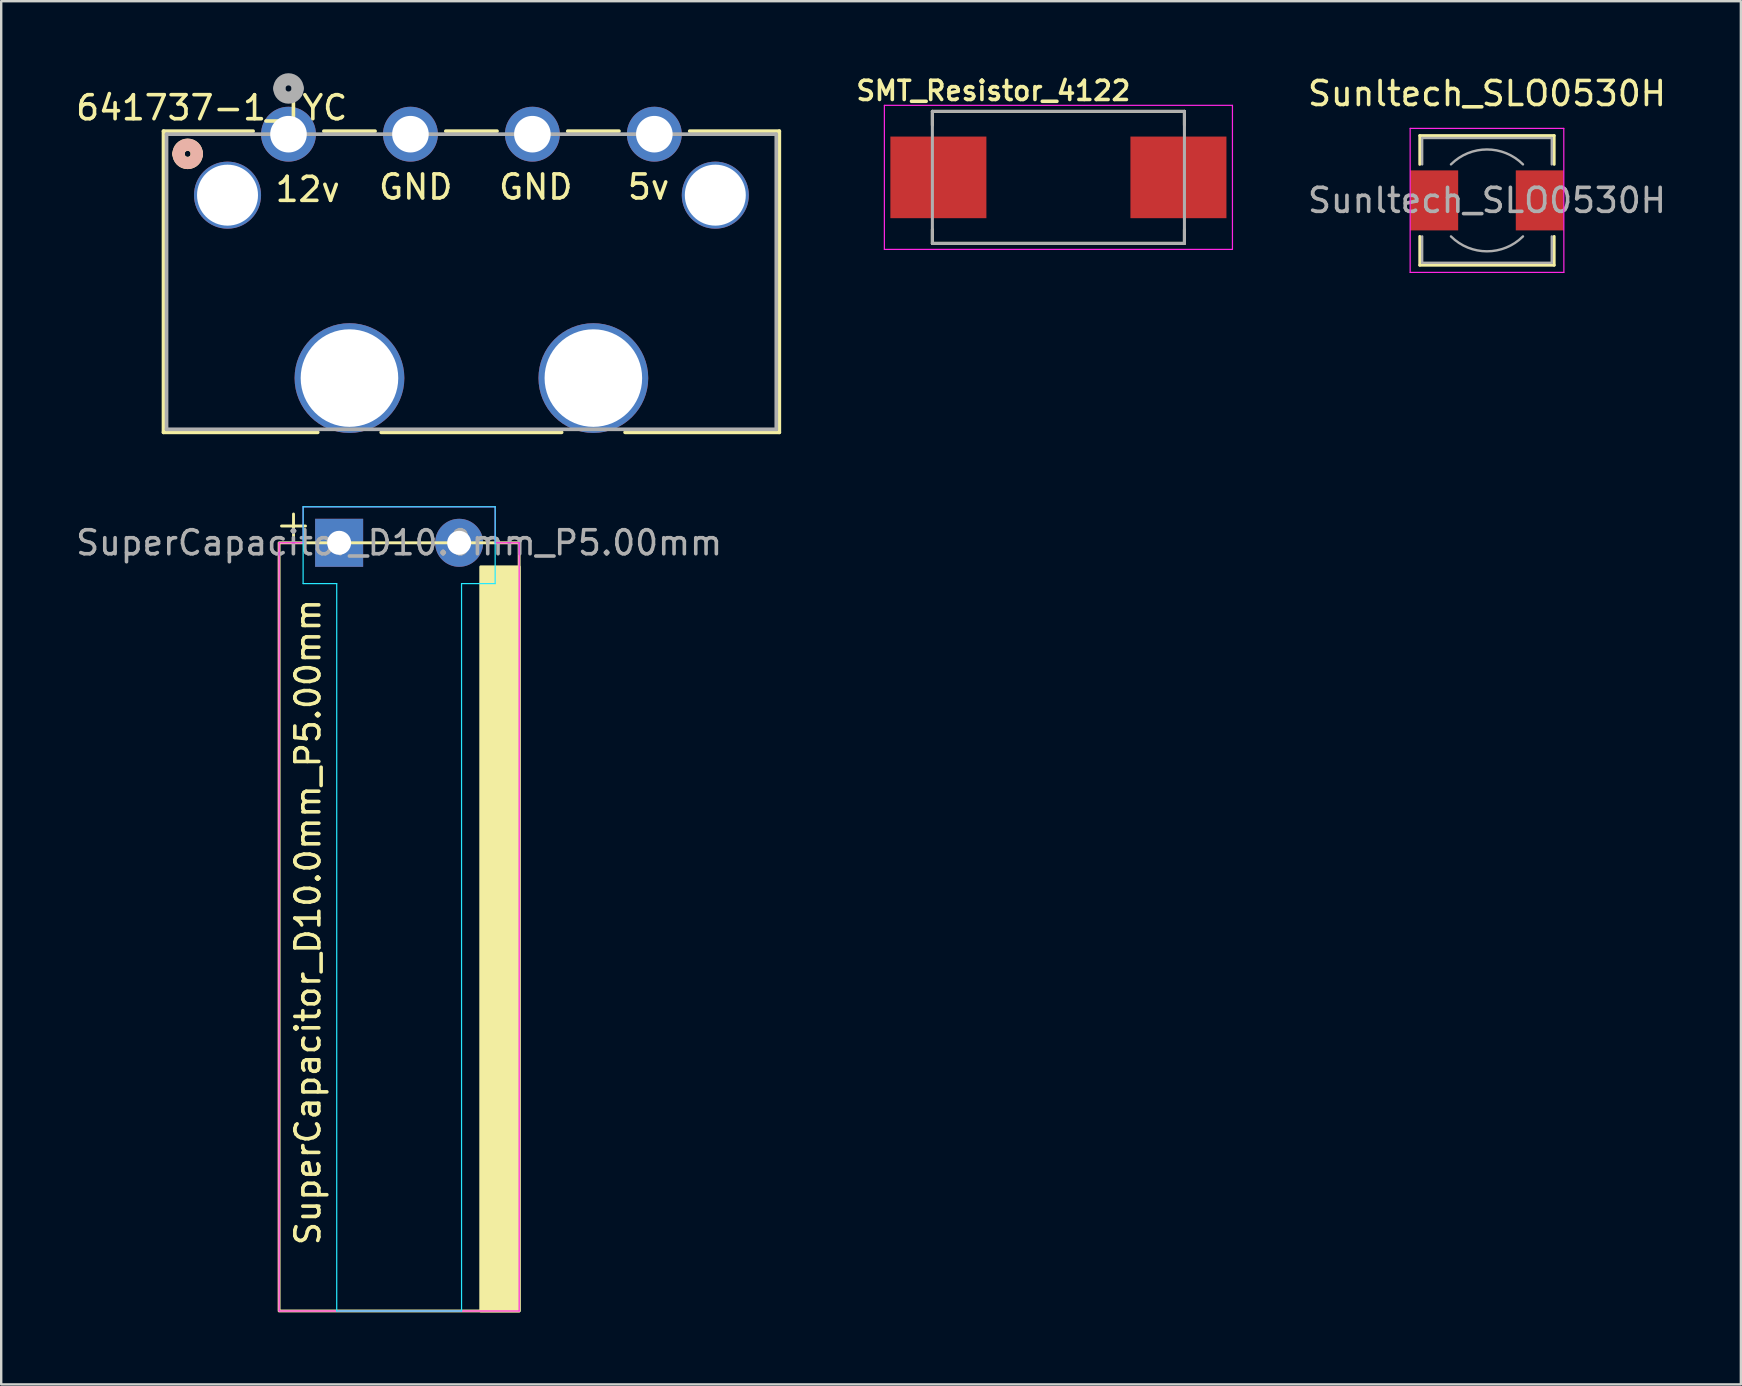
<source format=kicad_pcb>
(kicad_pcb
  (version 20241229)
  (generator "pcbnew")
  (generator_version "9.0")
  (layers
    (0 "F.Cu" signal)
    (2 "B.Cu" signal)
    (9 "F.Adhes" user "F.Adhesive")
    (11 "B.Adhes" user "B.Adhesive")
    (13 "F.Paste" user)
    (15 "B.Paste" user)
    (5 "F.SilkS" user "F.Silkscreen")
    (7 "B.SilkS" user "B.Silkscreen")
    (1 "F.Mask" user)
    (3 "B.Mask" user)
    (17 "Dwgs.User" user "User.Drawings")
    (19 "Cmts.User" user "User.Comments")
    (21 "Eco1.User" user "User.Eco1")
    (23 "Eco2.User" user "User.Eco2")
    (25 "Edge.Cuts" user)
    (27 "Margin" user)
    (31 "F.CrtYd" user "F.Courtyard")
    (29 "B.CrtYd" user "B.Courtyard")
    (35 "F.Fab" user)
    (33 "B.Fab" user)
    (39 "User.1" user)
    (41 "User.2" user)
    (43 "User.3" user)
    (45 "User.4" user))
  (footprint "SMT_Resistor_4122"
    (layer "F.Cu")
    (at 41.041 4.339)
    (property "Reference" "SMT_Resistor_4122" (at -2.71 -3.608 0) (layer "F.SilkS") (effects (font (size 0.8 0.8) (thickness 0.15))))
    (attr through_hole)
    (fp_line (start -5.25 -2.175) (end -5.25 -2.75) (stroke (width 0.127) (type solid)) (layer "F.SilkS"))
    (fp_line (start -5.25 2.75) (end -5.25 2.175) (stroke (width 0.127) (type solid)) (layer "F.SilkS"))
    (fp_line (start 5.25 -2.75) (end -5.25 -2.75) (stroke (width 0.127) (type solid)) (layer "F.SilkS"))
    (fp_line (start 5.25 -2.175) (end 5.25 -2.75) (stroke (width 0.127) (type solid)) (layer "F.SilkS"))
    (fp_line (start 5.25 2.75) (end -5.25 2.75) (stroke (width 0.127) (type solid)) (layer "F.SilkS"))
    (fp_line (start 5.25 2.75) (end 5.25 2.175) (stroke (width 0.127) (type solid)) (layer "F.SilkS"))
    (fp_line (start -7.25 -3) (end 7.25 -3) (stroke (width 0.05) (type solid)) (layer "F.CrtYd"))
    (fp_line (start -7.25 3) (end -7.25 -3) (stroke (width 0.05) (type solid)) (layer "F.CrtYd"))
    (fp_line (start -7.25 3) (end 7.25 3) (stroke (width 0.05) (type solid)) (layer "F.CrtYd"))
    (fp_line (start 7.25 3) (end 7.25 -3) (stroke (width 0.05) (type solid)) (layer "F.CrtYd"))
    (fp_line (start -5.25 2.75) (end -5.25 -2.75) (stroke (width 0.127) (type solid)) (layer "F.Fab"))
    (fp_line (start 5.25 -2.75) (end -5.25 -2.75) (stroke (width 0.127) (type solid)) (layer "F.Fab"))
    (fp_line (start 5.25 2.75) (end -5.25 2.75) (stroke (width 0.127) (type solid)) (layer "F.Fab"))
    (fp_line (start 5.25 2.75) (end 5.25 -2.75) (stroke (width 0.127) (type solid)) (layer "F.Fab"))
    (pad "1" smd rect (at -5 0) (size 4 3.4) (layers "F.Cu" "F.Mask" "F.Paste"))
    (pad "2" smd rect (at 5 0) (size 4 3.4) (layers "F.Cu" "F.Mask" "F.Paste")))
  (footprint "Sunltech_SLO0530H"
    (layer "F.Cu")
    (at 58.894 5.298)
    (property "Reference" "Sunltech_SLO0530H" (at 0 -4.45 0) (layer "F.SilkS") (effects (font (size 1 1) (thickness 0.15))))
    (attr smd)
    (fp_line (start -2.8 -2.7) (end 2.8 -2.7) (stroke (width 0.12) (type solid)) (layer "F.SilkS"))
    (fp_line (start -2.8 -1.5) (end -2.8 -2.7) (stroke (width 0.12) (type solid)) (layer "F.SilkS"))
    (fp_line (start -2.8 2.7) (end -2.8 1.5) (stroke (width 0.12) (type solid)) (layer "F.SilkS"))
    (fp_line (start 2.8 -2.7) (end 2.8 -1.5) (stroke (width 0.12) (type solid)) (layer "F.SilkS"))
    (fp_line (start 2.8 1.5) (end 2.8 2.7) (stroke (width 0.12) (type solid)) (layer "F.SilkS"))
    (fp_line (start 2.8 2.7) (end -2.8 2.7) (stroke (width 0.12) (type solid)) (layer "F.SilkS"))
    (fp_line (start -3.2 -3) (end -3.2 3) (stroke (width 0.05) (type solid)) (layer "F.CrtYd"))
    (fp_line (start -3.2 3) (end 3.203 3) (stroke (width 0.05) (type solid)) (layer "F.CrtYd"))
    (fp_line (start 3.2 -3) (end -3.2 -3) (stroke (width 0.05) (type solid)) (layer "F.CrtYd"))
    (fp_line (start 3.203 3) (end 3.2 -3) (stroke (width 0.05) (type solid)) (layer "F.CrtYd"))
    (fp_line (start -2.7 -2.6) (end -2.7 -1.5) (stroke (width 0.1) (type solid)) (layer "F.Fab"))
    (fp_line (start -2.7 -2.6) (end 2.7 -2.6) (stroke (width 0.1) (type solid)) (layer "F.Fab"))
    (fp_line (start -2.7 2.6) (end -2.7 1.5) (stroke (width 0.1) (type solid)) (layer "F.Fab"))
    (fp_line (start -2.7 2.6) (end 2.7 2.6) (stroke (width 0.1) (type solid)) (layer "F.Fab"))
    (fp_line (start 2.7 -2.6) (end 2.7 -1.5) (stroke (width 0.1) (type solid)) (layer "F.Fab"))
    (fp_line (start 2.7 2.6) (end 2.7 1.5) (stroke (width 0.1) (type solid)) (layer "F.Fab"))
    (fp_arc (start -1.5 -1.5) (mid 0 -2.12132) (end 1.5 -1.5) (stroke (width 0.1) (type solid)) (layer "F.Fab"))
    (fp_arc (start 1.5 1.5) (mid 0 2.12132) (end -1.5 1.5) (stroke (width 0.1) (type solid)) (layer "F.Fab"))
    (fp_text user "${REFERENCE}" (at 0 0 0) (layer "F.Fab") (effects (font (size 1 1) (thickness 0.15))))
    (pad "1" smd rect (at -2.2 0) (size 2 2.5) (layers "F.Cu" "F.Mask" "F.Paste"))
    (pad "2" smd rect (at 2.2 0) (size 2 2.5) (layers "F.Cu" "F.Mask" "F.Paste")))
  (footprint "641737-1_TYC"
    (layer "F.Cu")
    (at 8.968 2.54)
    (property "Reference" "641737-1_TYC" (at -3.2 -1.1 0) (layer "F.SilkS") (effects (font (size 1 1) (thickness 0.15))))
    (attr through_hole)
    (fp_line (start -5.207 -0.127) (end -5.207 12.421) (stroke (width 0.152) (type solid)) (layer "F.SilkS"))
    (fp_line (start -5.207 12.421) (end 1.219 12.421) (stroke (width 0.152) (type solid)) (layer "F.SilkS"))
    (fp_line (start -1.473 -0.127) (end -5.207 -0.127) (stroke (width 0.152) (type solid)) (layer "F.SilkS"))
    (fp_line (start 3.607 -0.127) (end 1.473 -0.127) (stroke (width 0.152) (type solid)) (layer "F.SilkS"))
    (fp_line (start 3.861 12.421) (end 11.379 12.421) (stroke (width 0.152) (type solid)) (layer "F.SilkS"))
    (fp_line (start 8.687 -0.127) (end 6.553 -0.127) (stroke (width 0.152) (type solid)) (layer "F.SilkS"))
    (fp_line (start 13.767 -0.127) (end 11.633 -0.127) (stroke (width 0.152) (type solid)) (layer "F.SilkS"))
    (fp_line (start 14.021 12.421) (end 20.447 12.421) (stroke (width 0.152) (type solid)) (layer "F.SilkS"))
    (fp_line (start 20.447 -0.127) (end 16.713 -0.127) (stroke (width 0.152) (type solid)) (layer "F.SilkS"))
    (fp_line (start 20.447 12.421) (end 20.447 -0.127) (stroke (width 0.152) (type solid)) (layer "F.SilkS"))
    (fp_arc (start -4.581 0.819) (mid -4.2 0.438) (end -3.819 0.819) (stroke (width 0.508) (type solid)) (layer "F.SilkS"))
    (fp_arc (start -3.819 0.819) (mid -4.2 1.2) (end -4.581 0.819) (stroke (width 0.508) (type solid)) (layer "F.SilkS"))
    (fp_arc (start -4.581 0.819) (mid -4.2 0.438) (end -3.819 0.819) (stroke (width 0.508) (type solid)) (layer "B.SilkS"))
    (fp_arc (start -3.819 0.819) (mid -4.2 1.2) (end -4.581 0.819) (stroke (width 0.508) (type solid)) (layer "B.SilkS"))
    (fp_line (start -5.08 0) (end -5.08 12.294) (stroke (width 0.152) (type solid)) (layer "F.Fab"))
    (fp_line (start -5.08 12.294) (end 20.32 12.294) (stroke (width 0.152) (type solid)) (layer "F.Fab"))
    (fp_line (start 20.32 0) (end -5.08 0) (stroke (width 0.152) (type solid)) (layer "F.Fab"))
    (fp_line (start 20.32 12.294) (end 20.32 0) (stroke (width 0.152) (type solid)) (layer "F.Fab"))
    (fp_arc (start -0.381 -1.905) (mid 0 -2.286) (end 0.381 -1.905) (stroke (width 0.508) (type solid)) (layer "F.Fab"))
    (fp_arc (start 0.381 -1.905) (mid 0 -1.524) (end -0.381 -1.905) (stroke (width 0.508) (type solid)) (layer "F.Fab"))
    (fp_text user "GND" (at 10.3 2.2 0) (unlocked yes) (layer "F.SilkS") (effects (font (size 1 1) (thickness 0.15))))
    (fp_text user "12v" (at 0.8 2.3 0) (unlocked yes) (layer "F.SilkS") (effects (font (size 1 1) (thickness 0.15))))
    (fp_text user "GND" (at 5.3 2.2 0) (unlocked yes) (layer "F.SilkS") (effects (font (size 1 1) (thickness 0.15))))
    (fp_text user "5v" (at 15 2.2 0) (unlocked yes) (layer "F.SilkS") (effects (font (size 1 1) (thickness 0.15))))
    (pad "1" thru_hole circle (at 0 0) (size 2.286 2.286) (drill 1.524) (layers "*.Cu" "*.Mask"))
    (pad "2" thru_hole circle (at 5.08 0) (size 2.286 2.286) (drill 1.524) (layers "*.Cu" "*.Mask"))
    (pad "3" thru_hole circle (at 10.16 0) (size 2.286 2.286) (drill 1.524) (layers "*.Cu" "*.Mask"))
    (pad "4" thru_hole circle (at 15.24 0) (size 2.286 2.286) (drill 1.524) (layers "*.Cu" "*.Mask"))
    (pad "5" thru_hole circle (at -2.54 2.54) (size 2.794 2.794) (drill 2.54) (layers "*.Cu" "*.Mask"))
    (pad "6" thru_hole circle (at 17.78 2.54) (size 2.794 2.794) (drill 2.54) (layers "*.Cu" "*.Mask"))
    (pad "7" thru_hole circle (at 2.54 10.16) (size 4.572 4.572) (drill 4.064) (layers "*.Cu" "*.Mask"))
    (pad "8" thru_hole circle (at 12.7 10.16) (size 4.572 4.572) (drill 4.064) (layers "*.Cu" "*.Mask")))
  (footprint "SuperCapacitor_D10.0mm_P5.00mm"
    (layer "F.Cu")
    (at 11.077 19.562)
    (property "Reference" "SuperCapacitor_D10.0mm_P5.00mm" (at -1.3 15.8 90) (layer "F.SilkS") (effects (font (size 1 1) (thickness 0.15))))
    (attr through_hole)
    (fp_line (start -2.4 -0.7) (end -1.4 -0.7) (stroke (width 0.12) (type solid)) (layer "F.SilkS"))
    (fp_line (start -1.9 -1.2) (end -1.9 -0.2) (stroke (width 0.12) (type solid)) (layer "F.SilkS"))
    (fp_rect (start -2.5 0) (end 7.5 32) (stroke (width 0.12) (type solid)) (fill no) (layer "F.SilkS"))
    (fp_rect (start 5.9 1) (end 7.5 32) (stroke (width 0.12) (type solid)) (fill yes) (layer "F.SilkS"))
    (fp_line (start -1.5 -1.5) (end 6.5 -1.5) (stroke (width 0.05) (type solid)) (layer "B.CrtYd"))
    (fp_line (start -1.5 1.7) (end -1.5 -1.5) (stroke (width 0.05) (type solid)) (layer "B.CrtYd"))
    (fp_line (start -0.1 1.7) (end -1.5 1.7) (stroke (width 0.05) (type solid)) (layer "B.CrtYd"))
    (fp_line (start -0.1 32) (end -0.1 1.7) (stroke (width 0.05) (type solid)) (layer "B.CrtYd"))
    (fp_line (start 5.1 1.7) (end 5.1 32) (stroke (width 0.05) (type solid)) (layer "B.CrtYd"))
    (fp_line (start 5.1 32) (end -0.1 32) (stroke (width 0.05) (type solid)) (layer "B.CrtYd"))
    (fp_line (start 6.5 -1.5) (end 6.5 1.7) (stroke (width 0.05) (type solid)) (layer "B.CrtYd"))
    (fp_line (start 6.5 1.7) (end 5.1 1.7) (stroke (width 0.05) (type solid)) (layer "B.CrtYd"))
    (fp_line (start -2.5 0) (end -1.5 0) (stroke (width 0.05) (type solid)) (layer "F.CrtYd"))
    (fp_line (start -2.5 32) (end -2.5 0) (stroke (width 0.05) (type solid)) (layer "F.CrtYd"))
    (fp_line (start -1.5 -1.5) (end 6.5 -1.5) (stroke (width 0.05) (type solid)) (layer "F.CrtYd"))
    (fp_line (start -1.5 0) (end -1.5 -1.5) (stroke (width 0.05) (type solid)) (layer "F.CrtYd"))
    (fp_line (start 6.5 -1.5) (end 6.5 0) (stroke (width 0.05) (type solid)) (layer "F.CrtYd"))
    (fp_line (start 6.5 0) (end 7.5 0) (stroke (width 0.05) (type solid)) (layer "F.CrtYd"))
    (fp_line (start 7.5 0) (end 7.5 32) (stroke (width 0.05) (type solid)) (layer "F.CrtYd"))
    (fp_line (start 7.5 32) (end -2.5 32) (stroke (width 0.05) (type solid)) (layer "F.CrtYd"))
    (fp_text user "${REFERENCE}" (at 2.5 0 0) (layer "F.Fab") (effects (font (size 1 1) (thickness 0.15))))
    (pad "1" thru_hole rect (at 0 0) (size 2 2) (drill 1) (layers "*.Cu" "*.Mask"))
    (pad "2" thru_hole circle (at 5 0) (size 2 2) (drill 1) (layers "*.Cu" "*.Mask")))
  (gr_rect
    (start -3 -3)
    (end 69.471 54.622)
    (stroke (width 0.1) (type default))
    (fill no)
    (layer "Edge.Cuts")))
</source>
